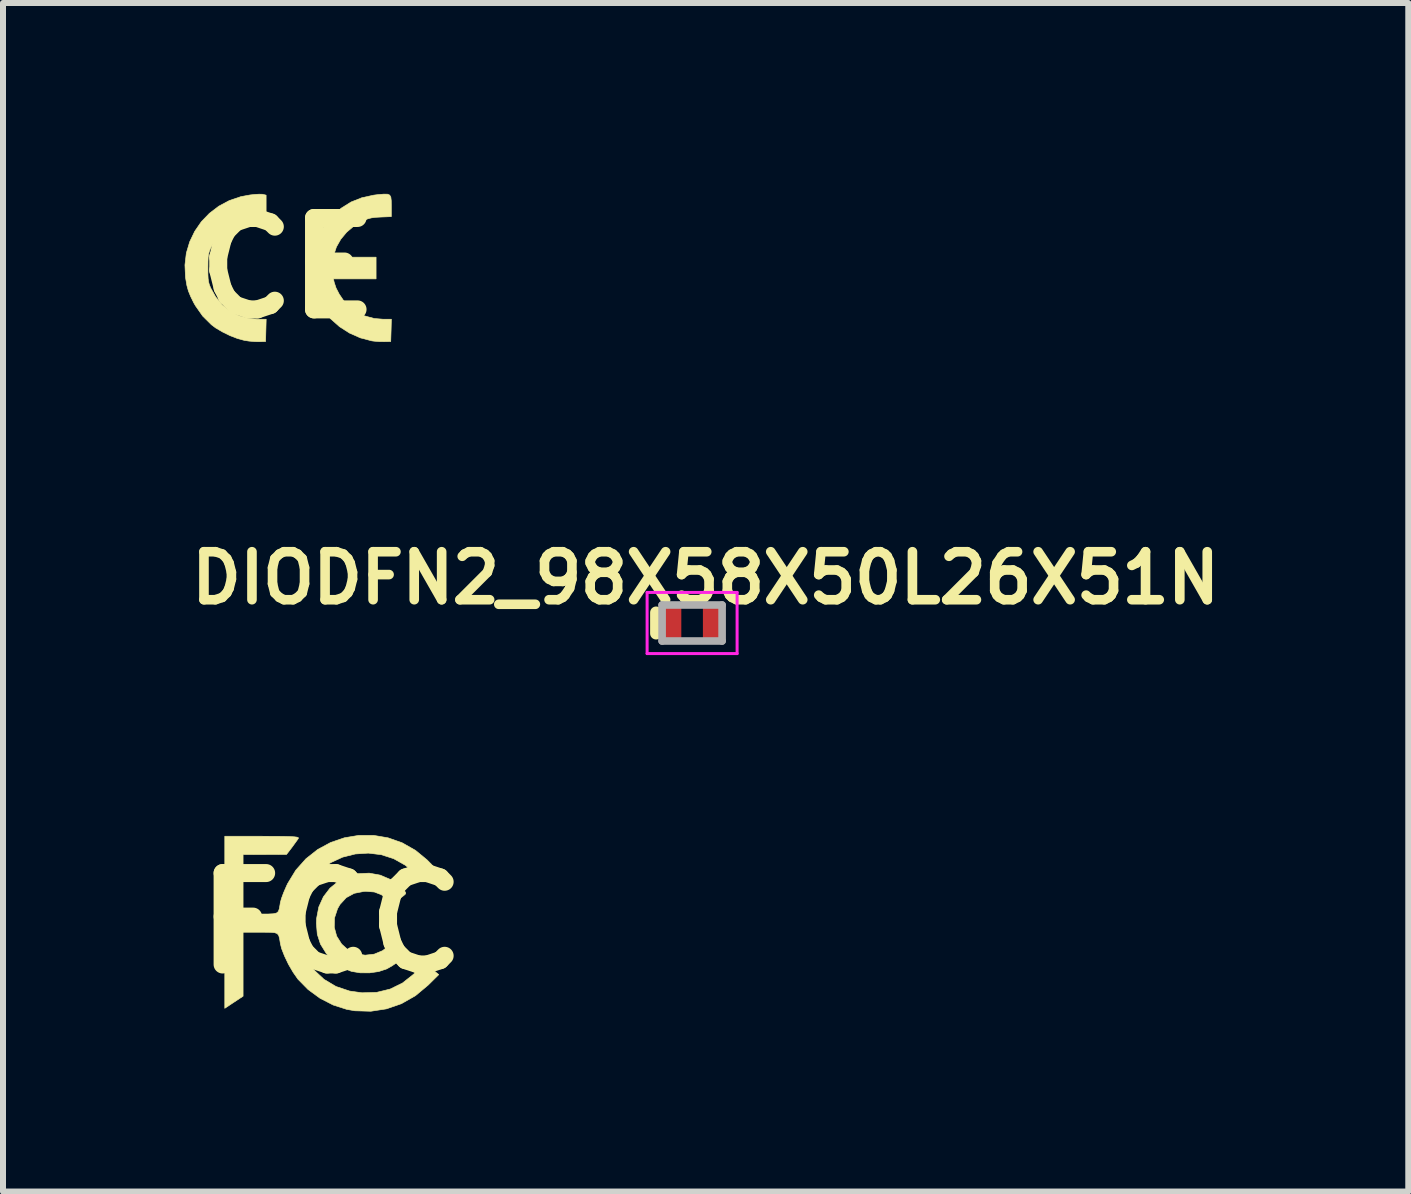
<source format=kicad_pcb>
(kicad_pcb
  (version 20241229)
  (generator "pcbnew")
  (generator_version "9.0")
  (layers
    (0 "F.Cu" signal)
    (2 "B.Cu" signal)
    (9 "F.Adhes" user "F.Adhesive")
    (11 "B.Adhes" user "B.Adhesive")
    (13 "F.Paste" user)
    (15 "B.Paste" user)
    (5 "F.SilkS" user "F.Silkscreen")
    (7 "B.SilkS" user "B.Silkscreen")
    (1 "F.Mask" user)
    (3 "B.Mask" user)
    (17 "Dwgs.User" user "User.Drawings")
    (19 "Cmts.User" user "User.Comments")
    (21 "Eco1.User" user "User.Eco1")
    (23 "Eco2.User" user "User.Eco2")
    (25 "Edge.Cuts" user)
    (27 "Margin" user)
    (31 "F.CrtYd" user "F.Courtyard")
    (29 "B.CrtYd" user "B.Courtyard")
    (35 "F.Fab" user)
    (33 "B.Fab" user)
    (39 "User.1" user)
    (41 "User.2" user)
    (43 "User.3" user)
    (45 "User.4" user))
  (footprint "CE"
    (layer "F.Cu")
    (at 1.749 1.418)
    (property "Reference" "CE" (at 0 0 0) (layer "F.SilkS") (effects (font (size 1.524 1.524) (thickness 0.3))))
    (attr through_hole)
    (fp_poly (pts (xy 1.661 -1.231) (xy 1.697 -1.216) (xy 1.716 -1.182) (xy 1.723 -1.123) (xy 1.724 -1.035) (xy 1.724 -0.857) (xy 1.546 -0.85) (xy 1.458 -0.845) (xy 1.392 -0.836) (xy 1.334 -0.821) (xy 1.271 -0.796) (xy 1.228 -0.776) (xy 1.096 -0.697) (xy 0.978 -0.596) (xy 0.881 -0.479) (xy 0.809 -0.352) (xy 0.772 -0.24) (xy 0.759 -0.181) (xy 1.47 -0.181) (xy 1.47 0.181) (xy 0.759 0.181) (xy 0.772 0.24) (xy 0.803 0.333) (xy 0.855 0.434) (xy 0.922 0.533) (xy 0.987 0.609) (xy 1.122 0.718) (xy 1.273 0.796) (xy 1.438 0.841) (xy 1.582 0.853) (xy 1.725 0.853) (xy 1.72 1.039) (xy 1.714 1.225) (xy 1.606 1.227) (xy 1.524 1.226) (xy 1.438 1.219) (xy 1.399 1.214) (xy 1.208 1.164) (xy 1.027 1.084) (xy 0.86 0.977) (xy 0.712 0.846) (xy 0.589 0.696) (xy 0.511 0.562) (xy 0.445 0.412) (xy 0.403 0.274) (xy 0.38 0.134) (xy 0.374 0) (xy 0.391 -0.212) (xy 0.442 -0.41) (xy 0.526 -0.594) (xy 0.643 -0.764) (xy 0.733 -0.863) (xy 0.889 -0.998) (xy 1.054 -1.101) (xy 1.233 -1.172) (xy 1.43 -1.215) (xy 1.509 -1.225) (xy 1.6 -1.232) (xy 1.661 -1.231)) (stroke (width 0.01) (type solid)) (fill yes) (layer "F.SilkS"))
    (fp_poly (pts (xy -0.427 -1.23) (xy -0.413 -1.227) (xy -0.363 -1.215) (xy -0.363 -0.857) (xy -0.54 -0.849) (xy -0.647 -0.841) (xy -0.73 -0.827) (xy -0.802 -0.805) (xy -0.816 -0.799) (xy -0.973 -0.713) (xy -1.108 -0.598) (xy -1.219 -0.459) (xy -1.29 -0.327) (xy -1.309 -0.28) (xy -1.321 -0.234) (xy -1.329 -0.182) (xy -1.332 -0.113) (xy -1.333 -0.019) (xy -1.333 0) (xy -1.333 0.1) (xy -1.33 0.172) (xy -1.323 0.226) (xy -1.311 0.272) (xy -1.293 0.318) (xy -1.29 0.327) (xy -1.203 0.483) (xy -1.092 0.615) (xy -0.96 0.72) (xy -0.811 0.796) (xy -0.648 0.841) (xy -0.506 0.853) (xy -0.362 0.853) (xy -0.367 1.039) (xy -0.372 1.225) (xy -0.481 1.228) (xy -0.557 1.226) (xy -0.647 1.218) (xy -0.725 1.206) (xy -0.837 1.176) (xy -0.962 1.128) (xy -1.089 1.066) (xy -1.203 0.999) (xy -1.275 0.945) (xy -1.42 0.801) (xy -1.54 0.63) (xy -1.57 0.578) (xy -1.622 0.472) (xy -1.659 0.381) (xy -1.684 0.29) (xy -1.702 0.184) (xy -1.707 0.154) (xy -1.716 -0.051) (xy -1.693 -0.249) (xy -1.637 -0.437) (xy -1.553 -0.612) (xy -1.443 -0.772) (xy -1.308 -0.912) (xy -1.152 -1.031) (xy -0.976 -1.125) (xy -0.784 -1.19) (xy -0.632 -1.218) (xy -0.552 -1.227) (xy -0.48 -1.231) (xy -0.427 -1.23)) (stroke (width 0.01) (type solid)) (fill yes) (layer "F.SilkS")))
  (footprint "FCC"
    (layer "F.Cu")
    (at 2.475 12.338)
    (property "Reference" "FCC" (at 0 0 0) (layer "F.SilkS") (effects (font (size 1.524 1.524) (thickness 0.3))))
    (attr through_hole)
    (fp_poly (pts (xy 0.814 -0.8) (xy 0.993 -0.723) (xy 1.054 -0.685) (xy 1.148 -0.614) (xy 1.211 -0.552) (xy 1.238 -0.505) (xy 1.236 -0.488) (xy 1.208 -0.462) (xy 1.153 -0.419) (xy 1.118 -0.394) (xy 1.014 -0.322) (xy 0.945 -0.387) (xy 0.832 -0.474) (xy 0.715 -0.519) (xy 0.577 -0.53) (xy 0.543 -0.529) (xy 0.38 -0.497) (xy 0.247 -0.425) (xy 0.143 -0.312) (xy 0.102 -0.241) (xy 0.051 -0.087) (xy 0.047 0.069) (xy 0.087 0.217) (xy 0.17 0.349) (xy 0.274 0.443) (xy 0.411 0.51) (xy 0.562 0.534) (xy 0.713 0.517) (xy 0.853 0.459) (xy 0.961 0.373) (xy 1.021 0.309) (xy 1.133 0.388) (xy 1.195 0.438) (xy 1.236 0.48) (xy 1.245 0.498) (xy 1.224 0.536) (xy 1.171 0.591) (xy 1.097 0.652) (xy 1.011 0.712) (xy 0.926 0.76) (xy 0.918 0.764) (xy 0.788 0.807) (xy 0.634 0.829) (xy 0.477 0.828) (xy 0.338 0.805) (xy 0.304 0.793) (xy 0.162 0.73) (xy 0.052 0.656) (xy -0.044 0.559) (xy -0.088 0.503) (xy -0.183 0.349) (xy -0.236 0.186) (xy -0.251 0.002) (xy -0.248 -0.076) (xy -0.211 -0.269) (xy -0.134 -0.439) (xy -0.024 -0.583) (xy 0.115 -0.697) (xy 0.274 -0.778) (xy 0.448 -0.825) (xy 0.63 -0.833) (xy 0.814 -0.8)) (stroke (width 0.01) (type solid)) (fill yes) (layer "F.SilkS"))
    (fp_poly (pts (xy 0.702 -1.463) (xy 0.944 -1.422) (xy 1.179 -1.339) (xy 1.401 -1.213) (xy 1.593 -1.055) (xy 1.665 -0.982) (xy 1.72 -0.922) (xy 1.749 -0.883) (xy 1.752 -0.875) (xy 1.733 -0.848) (xy 1.683 -0.805) (xy 1.637 -0.771) (xy 1.521 -0.691) (xy 1.406 -0.815) (xy 1.232 -0.965) (xy 1.038 -1.074) (xy 0.83 -1.141) (xy 0.615 -1.167) (xy 0.398 -1.153) (xy 0.186 -1.1) (xy -0.013 -1.008) (xy -0.194 -0.879) (xy -0.349 -0.712) (xy -0.418 -0.611) (xy -0.511 -0.414) (xy -0.566 -0.198) (xy -0.583 0.026) (xy -0.562 0.246) (xy -0.502 0.452) (xy -0.445 0.568) (xy -0.298 0.774) (xy -0.124 0.937) (xy 0.076 1.056) (xy 0.302 1.132) (xy 0.509 1.161) (xy 0.754 1.154) (xy 0.979 1.099) (xy 1.185 0.998) (xy 1.37 0.851) (xy 1.409 0.811) (xy 1.478 0.741) (xy 1.529 0.706) (xy 1.578 0.706) (xy 1.638 0.739) (xy 1.716 0.799) (xy 1.789 0.858) (xy 1.612 1.033) (xy 1.4 1.21) (xy 1.166 1.343) (xy 0.917 1.429) (xy 0.656 1.469) (xy 0.389 1.461) (xy 0.254 1.437) (xy 0.029 1.365) (xy -0.191 1.252) (xy -0.39 1.106) (xy -0.555 0.938) (xy -0.561 0.931) (xy -0.639 0.819) (xy -0.716 0.687) (xy -0.782 0.549) (xy -0.831 0.424) (xy -0.851 0.343) (xy -0.864 0.262) (xy -0.878 0.208) (xy -0.903 0.175) (xy -0.946 0.159) (xy -1.018 0.153) (xy -1.128 0.152) (xy -1.183 0.152) (xy -1.473 0.152) (xy -1.473 1.218) (xy -1.626 1.319) (xy -1.778 1.42) (xy -1.778 -1.448) (xy -1.154 -1.448) (xy -0.957 -1.447) (xy -0.806 -1.446) (xy -0.695 -1.443) (xy -0.619 -1.439) (xy -0.573 -1.433) (xy -0.552 -1.425) (xy -0.551 -1.414) (xy -0.551 -1.413) (xy -0.577 -1.375) (xy -0.623 -1.312) (xy -0.66 -1.261) (xy -0.749 -1.145) (xy -1.111 -1.144) (xy -1.473 -1.143) (xy -1.473 -0.152) (xy -1.183 -0.152) (xy -1.056 -0.152) (xy -0.97 -0.156) (xy -0.916 -0.168) (xy -0.886 -0.193) (xy -0.869 -0.239) (xy -0.857 -0.309) (xy -0.852 -0.343) (xy -0.833 -0.412) (xy -0.797 -0.509) (xy -0.75 -0.617) (xy -0.731 -0.658) (xy -0.594 -0.883) (xy -0.425 -1.073) (xy -0.23 -1.227) (xy -0.014 -1.344) (xy 0.217 -1.423) (xy 0.457 -1.463) (xy 0.702 -1.463)) (stroke (width 0.01) (type solid)) (fill yes) (layer "F.SilkS")))
  (footprint "DIODFN2_98X58X50L26X51N"
    (layer "F.Cu")
    (at 8.487 7.335)
    (property "Reference" "DIODFN2_98X58X50L26X51N" (at 0.225 -0.75 0) (layer "F.SilkS") (effects (font (size 0.8 0.8) (thickness 0.16))))
    (attr through_hole)
    (fp_line (start -0.6 -0.175) (end -0.6 0.175) (stroke (width 0.2) (type solid)) (layer "F.SilkS"))
    (fp_line (start -0.75 -0.51) (end 0.75 -0.51) (stroke (width 0.05) (type solid)) (layer "F.CrtYd"))
    (fp_line (start -0.75 0.51) (end -0.75 -0.51) (stroke (width 0.05) (type solid)) (layer "F.CrtYd"))
    (fp_line (start 0.75 -0.51) (end 0.75 0.51) (stroke (width 0.05) (type solid)) (layer "F.CrtYd"))
    (fp_line (start 0.75 0.51) (end -0.75 0.51) (stroke (width 0.05) (type solid)) (layer "F.CrtYd"))
    (fp_line (start -0.5 -0.3) (end 0.5 -0.3) (stroke (width 0.127) (type solid)) (layer "F.Fab"))
    (fp_line (start -0.5 0.3) (end -0.5 -0.3) (stroke (width 0.127) (type solid)) (layer "F.Fab"))
    (fp_line (start 0.5 -0.3) (end 0.5 0.3) (stroke (width 0.127) (type solid)) (layer "F.Fab"))
    (fp_line (start 0.5 0.3) (end -0.5 0.3) (stroke (width 0.127) (type solid)) (layer "F.Fab"))
    (pad "1" smd rect (at 0.325 0) (size 0.29 0.53) (layers "F.Cu" "F.Mask" "F.Paste"))
    (pad "2" smd rect (at -0.325 0) (size 0.29 0.53) (layers "F.Cu" "F.Mask" "F.Paste")))
  (gr_rect
    (start -3 -3)
    (end 20.425 16.812)
    (stroke (width 0.1) (type default))
    (fill no)
    (layer "Edge.Cuts")))
</source>
